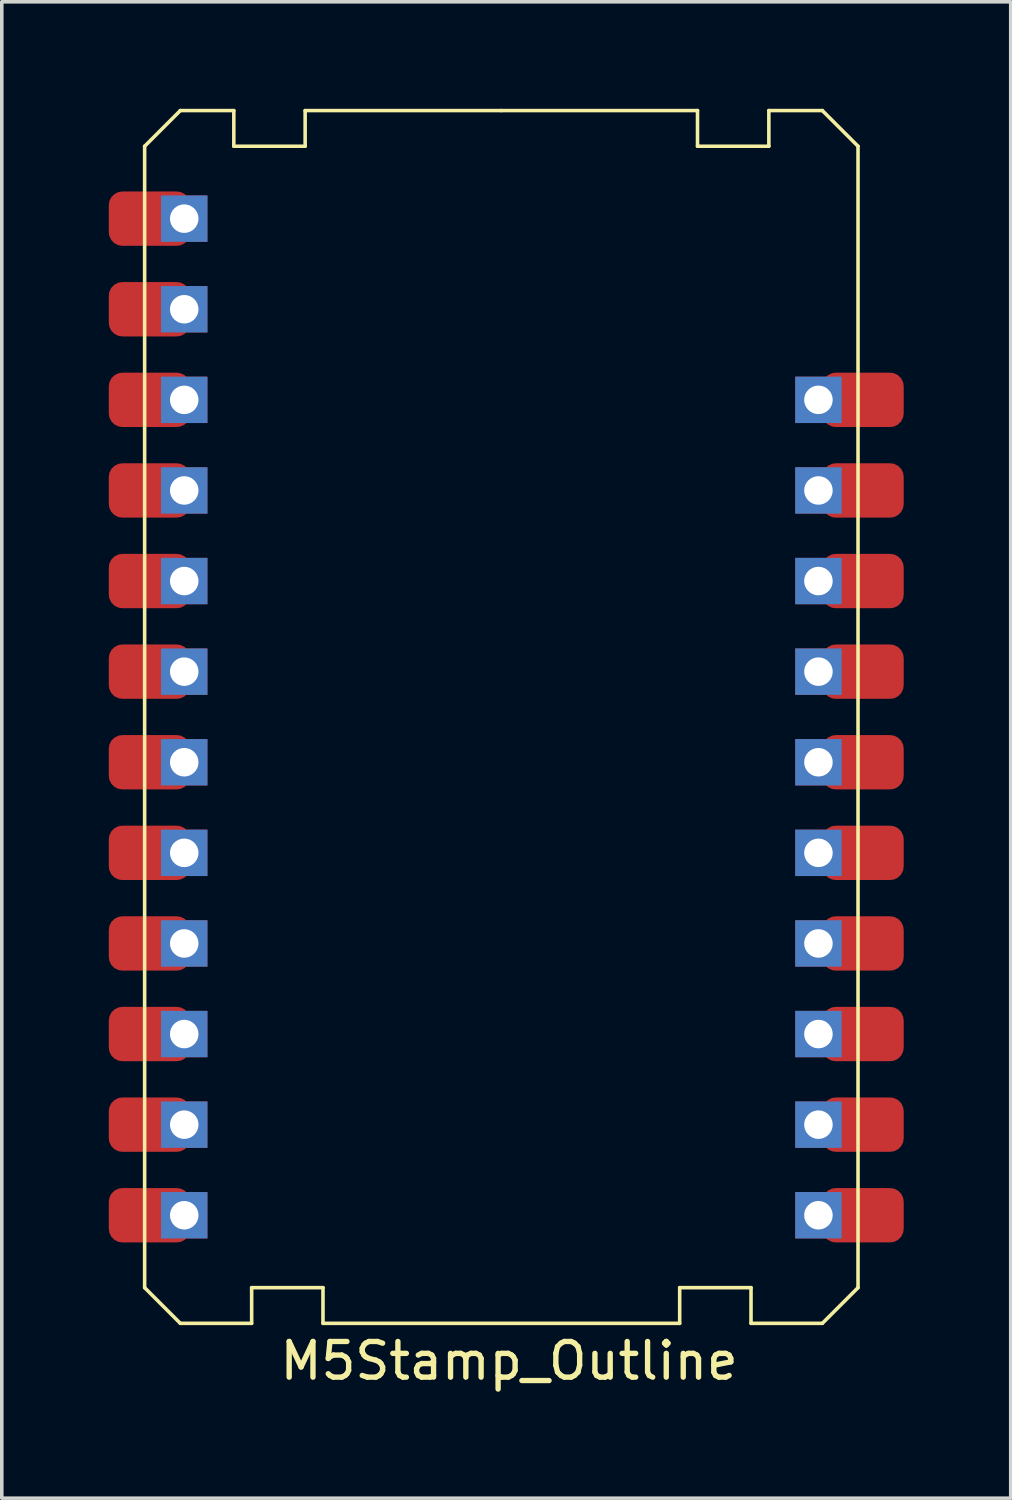
<source format=kicad_pcb>
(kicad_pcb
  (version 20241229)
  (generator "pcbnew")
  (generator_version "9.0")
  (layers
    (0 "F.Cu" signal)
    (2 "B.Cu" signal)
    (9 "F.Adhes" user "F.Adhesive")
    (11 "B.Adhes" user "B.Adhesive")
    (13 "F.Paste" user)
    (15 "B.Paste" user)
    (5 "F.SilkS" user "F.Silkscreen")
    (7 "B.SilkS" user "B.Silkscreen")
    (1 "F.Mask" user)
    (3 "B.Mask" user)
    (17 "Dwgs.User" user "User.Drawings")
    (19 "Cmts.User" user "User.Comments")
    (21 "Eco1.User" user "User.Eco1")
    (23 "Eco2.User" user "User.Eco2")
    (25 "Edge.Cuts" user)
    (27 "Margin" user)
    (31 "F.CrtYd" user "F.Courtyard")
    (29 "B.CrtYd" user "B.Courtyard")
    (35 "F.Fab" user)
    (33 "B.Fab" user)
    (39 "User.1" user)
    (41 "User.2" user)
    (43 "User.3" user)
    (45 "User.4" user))
  (footprint "M5Stamp_Outline"
    (layer "F.Cu")
    (at 11.143 15.258)
    (property "Reference" "M5Stamp_Outline" (at 0.081 19.846 0) (unlocked yes) (layer "F.SilkS") (effects (font (size 1 1) (thickness 0.15))))
    (attr smd)
    (fp_line (start -10.138 -14.208) (end -10.138 17.792) (stroke (width 0.1) (type solid)) (layer "F.SilkS"))
    (fp_line (start -10.138 17.792) (end -9.138 18.792) (stroke (width 0.1) (type solid)) (layer "F.SilkS"))
    (fp_line (start -9.138 -15.208) (end -10.138 -14.208) (stroke (width 0.1) (type solid)) (layer "F.SilkS"))
    (fp_line (start -9.138 18.792) (end -7.138 18.792) (stroke (width 0.1) (type solid)) (layer "F.SilkS"))
    (fp_line (start -7.638 -15.208) (end -9.138 -15.208) (stroke (width 0.1) (type solid)) (layer "F.SilkS"))
    (fp_line (start -7.638 -14.208) (end -7.638 -15.208) (stroke (width 0.1) (type solid)) (layer "F.SilkS"))
    (fp_line (start -7.138 17.792) (end -5.138 17.792) (stroke (width 0.1) (type solid)) (layer "F.SilkS"))
    (fp_line (start -7.138 18.792) (end -7.138 17.792) (stroke (width 0.1) (type solid)) (layer "F.SilkS"))
    (fp_line (start -5.638 -15.208) (end -5.638 -14.208) (stroke (width 0.1) (type solid)) (layer "F.SilkS"))
    (fp_line (start -5.638 -14.208) (end -7.638 -14.208) (stroke (width 0.1) (type solid)) (layer "F.SilkS"))
    (fp_line (start -5.138 17.792) (end -5.138 18.792) (stroke (width 0.1) (type solid)) (layer "F.SilkS"))
    (fp_line (start -5.138 18.792) (end 4.862 18.792) (stroke (width 0.1) (type solid)) (layer "F.SilkS"))
    (fp_line (start -0.138 -15.208) (end -5.638 -15.208) (stroke (width 0.1) (type solid)) (layer "F.SilkS"))
    (fp_line (start 4.862 17.792) (end 6.862 17.792) (stroke (width 0.1) (type solid)) (layer "F.SilkS"))
    (fp_line (start 4.862 18.792) (end 4.862 17.792) (stroke (width 0.1) (type solid)) (layer "F.SilkS"))
    (fp_line (start 5.362 -15.208) (end -0.138 -15.208) (stroke (width 0.1) (type solid)) (layer "F.SilkS"))
    (fp_line (start 5.362 -14.208) (end 5.362 -15.208) (stroke (width 0.1) (type solid)) (layer "F.SilkS"))
    (fp_line (start 6.862 17.792) (end 6.862 18.792) (stroke (width 0.1) (type solid)) (layer "F.SilkS"))
    (fp_line (start 6.862 18.792) (end 8.862 18.792) (stroke (width 0.1) (type solid)) (layer "F.SilkS"))
    (fp_line (start 7.362 -15.208) (end 7.362 -14.208) (stroke (width 0.1) (type solid)) (layer "F.SilkS"))
    (fp_line (start 7.362 -14.208) (end 5.362 -14.208) (stroke (width 0.1) (type solid)) (layer "F.SilkS"))
    (fp_line (start 8.862 -15.208) (end 7.362 -15.208) (stroke (width 0.1) (type solid)) (layer "F.SilkS"))
    (fp_line (start 8.862 18.792) (end 9.862 17.792) (stroke (width 0.1) (type solid)) (layer "F.SilkS"))
    (fp_line (start 9.862 -14.208) (end 8.862 -15.208) (stroke (width 0.1) (type solid)) (layer "F.SilkS"))
    (fp_line (start 9.862 17.792) (end 9.862 -14.208) (stroke (width 0.1) (type solid)) (layer "F.SilkS"))
    (pad "1" smd roundrect (at -10 -12.178) (size 2.286 1.524) (layers "F.Cu" "F.Mask" "F.Paste") (roundrect_rratio 0.25))
    (pad "1" thru_hole rect (at -9.028 -12.178) (size 1.3 1.3) (drill oval 0.8) (layers "*.Cu" "*.Mask"))
    (pad "2" smd roundrect (at -10 -9.638) (size 2.286 1.524) (layers "F.Cu" "F.Mask" "F.Paste") (roundrect_rratio 0.25))
    (pad "2" thru_hole rect (at -9.028 -9.638) (size 1.3 1.3) (drill oval 0.8) (layers "*.Cu" "*.Mask"))
    (pad "3" smd roundrect (at -10 -7.098) (size 2.286 1.524) (layers "F.Cu" "F.Mask" "F.Paste") (roundrect_rratio 0.25))
    (pad "3" thru_hole rect (at -9.028 -7.098) (size 1.3 1.3) (drill oval 0.8) (layers "*.Cu" "*.Mask"))
    (pad "4" smd roundrect (at -10 -4.558) (size 2.286 1.524) (layers "F.Cu" "F.Mask" "F.Paste") (roundrect_rratio 0.25))
    (pad "4" thru_hole rect (at -9.028 -4.558) (size 1.3 1.3) (drill oval 0.8) (layers "*.Cu" "*.Mask"))
    (pad "5" smd roundrect (at -10 -2.018) (size 2.286 1.524) (layers "F.Cu" "F.Mask" "F.Paste") (roundrect_rratio 0.25))
    (pad "5" thru_hole rect (at -9.028 -2.018) (size 1.3 1.3) (drill oval 0.8) (layers "*.Cu" "*.Mask"))
    (pad "6" smd roundrect (at -10 0.522) (size 2.286 1.524) (layers "F.Cu" "F.Mask" "F.Paste") (roundrect_rratio 0.25))
    (pad "6" thru_hole rect (at -9.028 0.522) (size 1.3 1.3) (drill oval 0.8) (layers "*.Cu" "*.Mask"))
    (pad "7" smd roundrect (at -10 3.062) (size 2.286 1.524) (layers "F.Cu" "F.Mask" "F.Paste") (roundrect_rratio 0.25))
    (pad "7" thru_hole rect (at -9.028 3.062) (size 1.3 1.3) (drill oval 0.8) (layers "*.Cu" "*.Mask"))
    (pad "8" smd roundrect (at -10 5.602) (size 2.286 1.524) (layers "F.Cu" "F.Mask" "F.Paste") (roundrect_rratio 0.25))
    (pad "8" thru_hole rect (at -9.028 5.602) (size 1.3 1.3) (drill oval 0.8) (layers "*.Cu" "*.Mask"))
    (pad "9" smd roundrect (at -10 8.142) (size 2.286 1.524) (layers "F.Cu" "F.Mask" "F.Paste") (roundrect_rratio 0.25))
    (pad "9" thru_hole rect (at -9.028 8.142) (size 1.3 1.3) (drill oval 0.8) (layers "*.Cu" "*.Mask"))
    (pad "10" smd roundrect (at -10 10.682) (size 2.286 1.524) (layers "F.Cu" "F.Mask" "F.Paste") (roundrect_rratio 0.25))
    (pad "10" thru_hole rect (at -9.028 10.682) (size 1.3 1.3) (drill oval 0.8) (layers "*.Cu" "*.Mask"))
    (pad "11" smd roundrect (at -10 13.222) (size 2.286 1.524) (layers "F.Cu" "F.Mask" "F.Paste") (roundrect_rratio 0.25))
    (pad "11" thru_hole rect (at -9.028 13.222) (size 1.3 1.3) (drill oval 0.8) (layers "*.Cu" "*.Mask"))
    (pad "12" smd roundrect (at -10 15.762) (size 2.286 1.524) (layers "F.Cu" "F.Mask" "F.Paste") (roundrect_rratio 0.25))
    (pad "12" thru_hole rect (at -9.028 15.762) (size 1.3 1.3) (drill oval 0.8) (layers "*.Cu" "*.Mask"))
    (pad "13" thru_hole rect (at 8.752 15.762) (size 1.3 1.3) (drill oval 0.8) (layers "*.Cu" "*.Mask"))
    (pad "13" smd roundrect (at 10 15.762) (size 2.286 1.524) (layers "F.Cu" "F.Mask" "F.Paste") (roundrect_rratio 0.25))
    (pad "14" thru_hole rect (at 8.752 13.222) (size 1.3 1.3) (drill oval 0.8) (layers "*.Cu" "*.Mask"))
    (pad "14" smd roundrect (at 10 13.222) (size 2.286 1.524) (layers "F.Cu" "F.Mask" "F.Paste") (roundrect_rratio 0.25))
    (pad "15" thru_hole rect (at 8.752 10.682) (size 1.3 1.3) (drill oval 0.8) (layers "*.Cu" "*.Mask"))
    (pad "15" smd roundrect (at 10 10.682) (size 2.286 1.524) (layers "F.Cu" "F.Mask" "F.Paste") (roundrect_rratio 0.25))
    (pad "16" thru_hole rect (at 8.752 8.142) (size 1.3 1.3) (drill oval 0.8) (layers "*.Cu" "*.Mask"))
    (pad "16" smd roundrect (at 10 8.142) (size 2.286 1.524) (layers "F.Cu" "F.Mask" "F.Paste") (roundrect_rratio 0.25))
    (pad "17" thru_hole rect (at 8.752 5.602) (size 1.3 1.3) (drill oval 0.8) (layers "*.Cu" "*.Mask"))
    (pad "17" smd roundrect (at 10 5.602) (size 2.286 1.524) (layers "F.Cu" "F.Mask" "F.Paste") (roundrect_rratio 0.25))
    (pad "18" thru_hole rect (at 8.752 3.062) (size 1.3 1.3) (drill oval 0.8) (layers "*.Cu" "*.Mask"))
    (pad "18" smd roundrect (at 10 3.062) (size 2.286 1.524) (layers "F.Cu" "F.Mask" "F.Paste") (roundrect_rratio 0.25))
    (pad "19" thru_hole rect (at 8.752 0.522) (size 1.3 1.3) (drill oval 0.8) (layers "*.Cu" "*.Mask"))
    (pad "19" smd roundrect (at 10 0.522) (size 2.286 1.524) (layers "F.Cu" "F.Mask" "F.Paste") (roundrect_rratio 0.25))
    (pad "20" thru_hole rect (at 8.752 -2.018) (size 1.3 1.3) (drill oval 0.8) (layers "*.Cu" "*.Mask"))
    (pad "20" smd roundrect (at 10 -2.018) (size 2.286 1.524) (layers "F.Cu" "F.Mask" "F.Paste") (roundrect_rratio 0.25))
    (pad "21" thru_hole rect (at 8.752 -4.558) (size 1.3 1.3) (drill oval 0.8) (layers "*.Cu" "*.Mask"))
    (pad "21" smd roundrect (at 10 -4.558) (size 2.286 1.524) (layers "F.Cu" "F.Mask" "F.Paste") (roundrect_rratio 0.25))
    (pad "22" thru_hole rect (at 8.752 -7.098) (size 1.3 1.3) (drill oval 0.8) (layers "*.Cu" "*.Mask"))
    (pad "22" smd roundrect (at 10 -7.098) (size 2.286 1.524) (layers "F.Cu" "F.Mask" "F.Paste") (roundrect_rratio 0.25)))
  (gr_rect
    (start -3 -3)
    (end 25.286 38.952)
    (stroke (width 0.1) (type default))
    (fill no)
    (layer "Edge.Cuts")))
</source>
